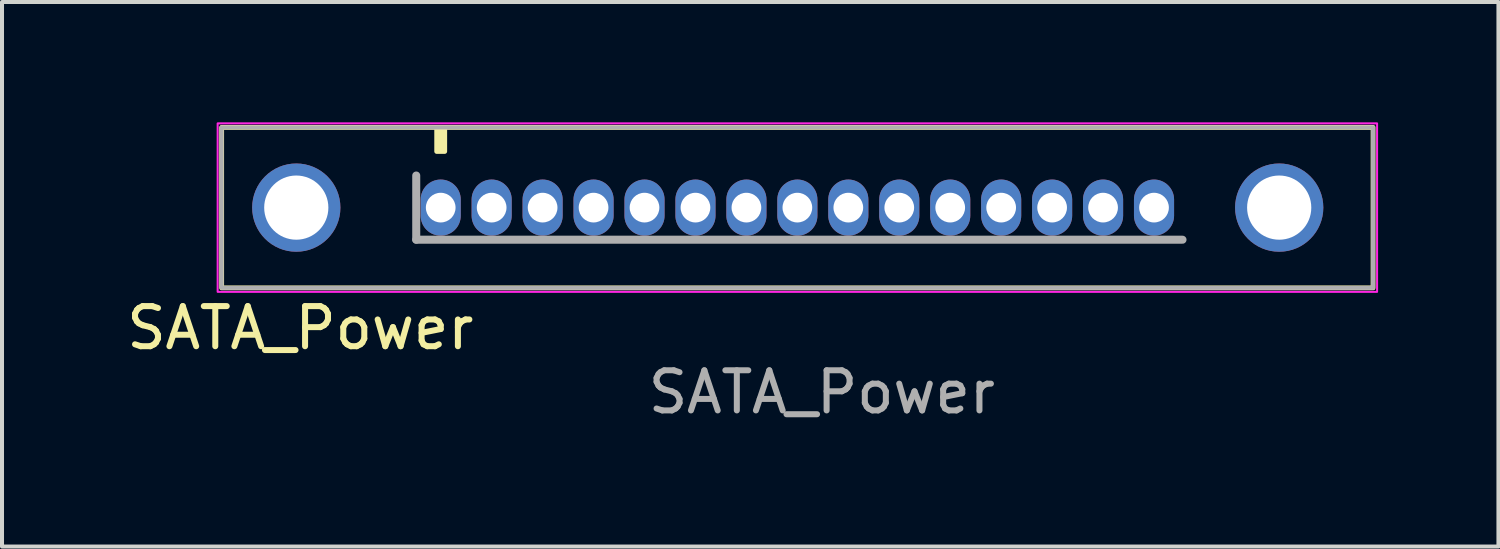
<source format=kicad_pcb>
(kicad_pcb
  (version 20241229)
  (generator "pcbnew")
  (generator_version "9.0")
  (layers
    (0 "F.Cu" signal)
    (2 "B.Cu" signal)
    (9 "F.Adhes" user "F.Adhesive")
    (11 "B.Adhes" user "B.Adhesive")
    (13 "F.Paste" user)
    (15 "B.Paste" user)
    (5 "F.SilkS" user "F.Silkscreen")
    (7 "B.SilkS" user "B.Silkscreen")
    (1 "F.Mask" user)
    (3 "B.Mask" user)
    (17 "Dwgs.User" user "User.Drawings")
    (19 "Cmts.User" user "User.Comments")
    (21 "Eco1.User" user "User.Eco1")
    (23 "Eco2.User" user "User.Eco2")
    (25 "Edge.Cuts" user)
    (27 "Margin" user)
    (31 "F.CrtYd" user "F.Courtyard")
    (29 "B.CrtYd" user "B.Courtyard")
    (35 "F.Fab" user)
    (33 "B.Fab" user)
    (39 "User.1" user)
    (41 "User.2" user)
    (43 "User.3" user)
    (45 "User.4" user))
  (footprint "SATA_Power"
    (layer "F.Cu")
    (at 7.935 2.125)
    (property "Reference" "SATA_Power" (at -3.5 3 0) (unlocked yes) (layer "F.SilkS") (effects (font (size 1 1) (thickness 0.15))))
    (attr through_hole)
    (fp_rect (start -5.46 -2) (end 23.24 2) (stroke (width 0.12) (type solid)) (fill no) (layer "F.SilkS"))
    (fp_rect (start -0.1 -2) (end 0.1 -1.4) (stroke (width 0.12) (type solid)) (fill yes) (layer "F.SilkS"))
    (fp_rect (start -5.56 -2.1) (end 23.34 2.1) (stroke (width 0.05) (type solid)) (fill no) (layer "F.CrtYd"))
    (fp_line (start -0.61 -0.8) (end -0.61 0.8) (stroke (width 0.2) (type solid)) (layer "F.Fab"))
    (fp_line (start -0.61 0.8) (end 18.49 0.8) (stroke (width 0.2) (type solid)) (layer "F.Fab"))
    (fp_rect (start -5.46 -2) (end 23.24 2) (stroke (width 0.1) (type solid)) (fill no) (layer "F.Fab"))
    (fp_text user "${REFERENCE}" (at 9.5 4.6 0) (unlocked yes) (layer "F.Fab") (effects (font (size 1 1) (thickness 0.15))))
    (pad "" np_thru_hole circle (at -3.6 0) (size 2.2 2.2) (drill 1.6) (layers "*.Cu" "*.Mask"))
    (pad "" np_thru_hole circle (at 20.9 0) (size 2.2 2.2) (drill 1.6) (layers "*.Cu" "*.Mask"))
    (pad "1" thru_hole oval (at 0 0) (size 1 1.4) (drill 0.74) (layers "*.Cu" "*.Mask"))
    (pad "2" thru_hole oval (at 1.27 0) (size 1 1.4) (drill 0.74) (layers "*.Cu" "*.Mask"))
    (pad "3" thru_hole oval (at 2.54 0) (size 1 1.4) (drill 0.74) (layers "*.Cu" "*.Mask"))
    (pad "4" thru_hole oval (at 3.81 0) (size 1 1.4) (drill 0.74) (layers "*.Cu" "*.Mask"))
    (pad "5" thru_hole oval (at 5.08 0) (size 1 1.4) (drill 0.74) (layers "*.Cu" "*.Mask"))
    (pad "6" thru_hole oval (at 6.35 0) (size 1 1.4) (drill 0.74) (layers "*.Cu" "*.Mask"))
    (pad "7" thru_hole oval (at 7.62 0) (size 1 1.4) (drill 0.74) (layers "*.Cu" "*.Mask"))
    (pad "8" thru_hole oval (at 8.89 0) (size 1 1.4) (drill 0.74) (layers "*.Cu" "*.Mask"))
    (pad "9" thru_hole oval (at 10.16 0) (size 1 1.4) (drill 0.74) (layers "*.Cu" "*.Mask"))
    (pad "10" thru_hole oval (at 11.43 0) (size 1 1.4) (drill 0.74) (layers "*.Cu" "*.Mask"))
    (pad "11" thru_hole oval (at 12.7 0) (size 1 1.4) (drill 0.74) (layers "*.Cu" "*.Mask"))
    (pad "12" thru_hole oval (at 13.97 0) (size 1 1.4) (drill 0.74) (layers "*.Cu" "*.Mask"))
    (pad "13" thru_hole oval (at 15.24 0) (size 1 1.4) (drill 0.74) (layers "*.Cu" "*.Mask"))
    (pad "14" thru_hole oval (at 16.51 0) (size 1 1.4) (drill 0.74) (layers "*.Cu" "*.Mask"))
    (pad "15" thru_hole oval (at 17.78 0) (size 1 1.4) (drill 0.74) (layers "*.Cu" "*.Mask")))
  (gr_rect
    (start -3 -3)
    (end 34.3 10.573)
    (stroke (width 0.1) (type default))
    (fill no)
    (layer "Edge.Cuts")))
</source>
